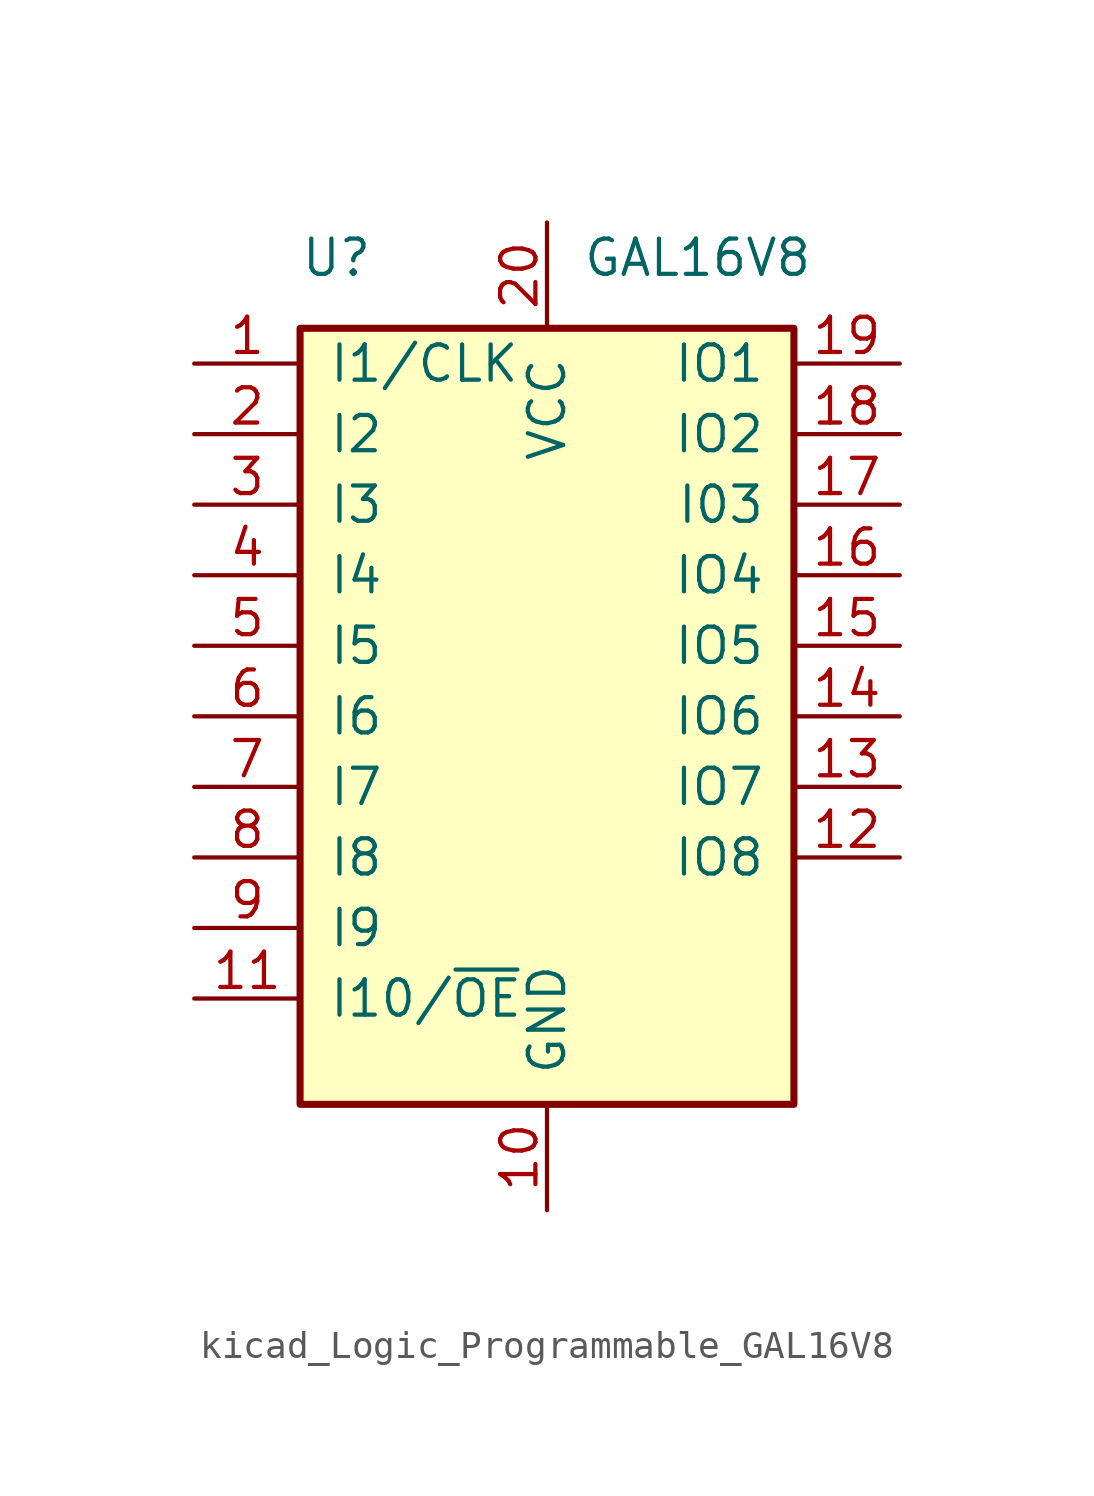
<source format=kicad_sym>
(kicad_symbol_lib
  (version 20220914)
  (generator kicad_symbol_editor)
  (symbol "kicad_Logic_Programmable_GAL16V8"
    (pin_names
      (offset 1.016))
    (property "Reference" "U"
      (at -8.89 16.51 0)
      (effects (font (size 1.27 1.27)) (justify left)))
    (property "Value" "GAL16V8"
      (at 1.27 16.51 0)
      (effects (font (size 1.27 1.27)) (justify left)))
    (symbol "kicad_Logic_Programmable_GAL16V8_0_0"
      (pin power_in line (at 0 -17.78 90) (length 3.81) (name "GND" (effects (font (size 1.27 1.27)))) (number "10" (effects (font (size 1.27 1.27)))))
      (pin power_in line (at 0 17.78 270) (length 3.81) (name "VCC" (effects (font (size 1.27 1.27)))) (number "20" (effects (font (size 1.27 1.27))))))
    (symbol "kicad_Logic_Programmable_GAL16V8_0_1"
      (rectangle (start -8.89 13.97) (end 8.89 -13.97) (stroke (width 0.254) (type default)) (fill (type background))))
    (symbol "kicad_Logic_Programmable_GAL16V8_1_1"
      (pin input line (at -12.7 12.7 0) (length 3.81) (name "I1/CLK" (effects (font (size 1.27 1.27)))) (number "1" (effects (font (size 1.27 1.27)))))
      (pin input line (at -12.7 -10.16 0) (length 3.81) (name "I10/~{OE}" (effects (font (size 1.27 1.27)))) (number "11" (effects (font (size 1.27 1.27)))))
      (pin tri_state line (at 12.7 -5.08 180) (length 3.81) (name "IO8" (effects (font (size 1.27 1.27)))) (number "12" (effects (font (size 1.27 1.27)))))
      (pin tri_state line (at 12.7 -2.54 180) (length 3.81) (name "IO7" (effects (font (size 1.27 1.27)))) (number "13" (effects (font (size 1.27 1.27)))))
      (pin tri_state line (at 12.7 0 180) (length 3.81) (name "IO6" (effects (font (size 1.27 1.27)))) (number "14" (effects (font (size 1.27 1.27)))))
      (pin tri_state line (at 12.7 2.54 180) (length 3.81) (name "IO5" (effects (font (size 1.27 1.27)))) (number "15" (effects (font (size 1.27 1.27)))))
      (pin tri_state line (at 12.7 5.08 180) (length 3.81) (name "IO4" (effects (font (size 1.27 1.27)))) (number "16" (effects (font (size 1.27 1.27)))))
      (pin tri_state line (at 12.7 7.62 180) (length 3.81) (name "I03" (effects (font (size 1.27 1.27)))) (number "17" (effects (font (size 1.27 1.27)))))
      (pin tri_state line (at 12.7 10.16 180) (length 3.81) (name "IO2" (effects (font (size 1.27 1.27)))) (number "18" (effects (font (size 1.27 1.27)))))
      (pin tri_state line (at 12.7 12.7 180) (length 3.81) (name "IO1" (effects (font (size 1.27 1.27)))) (number "19" (effects (font (size 1.27 1.27)))))
      (pin input line (at -12.7 10.16 0) (length 3.81) (name "I2" (effects (font (size 1.27 1.27)))) (number "2" (effects (font (size 1.27 1.27)))))
      (pin input line (at -12.7 7.62 0) (length 3.81) (name "I3" (effects (font (size 1.27 1.27)))) (number "3" (effects (font (size 1.27 1.27)))))
      (pin input line (at -12.7 5.08 0) (length 3.81) (name "I4" (effects (font (size 1.27 1.27)))) (number "4" (effects (font (size 1.27 1.27)))))
      (pin input line (at -12.7 2.54 0) (length 3.81) (name "I5" (effects (font (size 1.27 1.27)))) (number "5" (effects (font (size 1.27 1.27)))))
      (pin input line (at -12.7 0 0) (length 3.81) (name "I6" (effects (font (size 1.27 1.27)))) (number "6" (effects (font (size 1.27 1.27)))))
      (pin input line (at -12.7 -2.54 0) (length 3.81) (name "I7" (effects (font (size 1.27 1.27)))) (number "7" (effects (font (size 1.27 1.27)))))
      (pin input line (at -12.7 -5.08 0) (length 3.81) (name "I8" (effects (font (size 1.27 1.27)))) (number "8" (effects (font (size 1.27 1.27)))))
      (pin input line (at -12.7 -7.62 0) (length 3.81) (name "I9" (effects (font (size 1.27 1.27)))) (number "9" (effects (font (size 1.27 1.27))))))))
</source>
